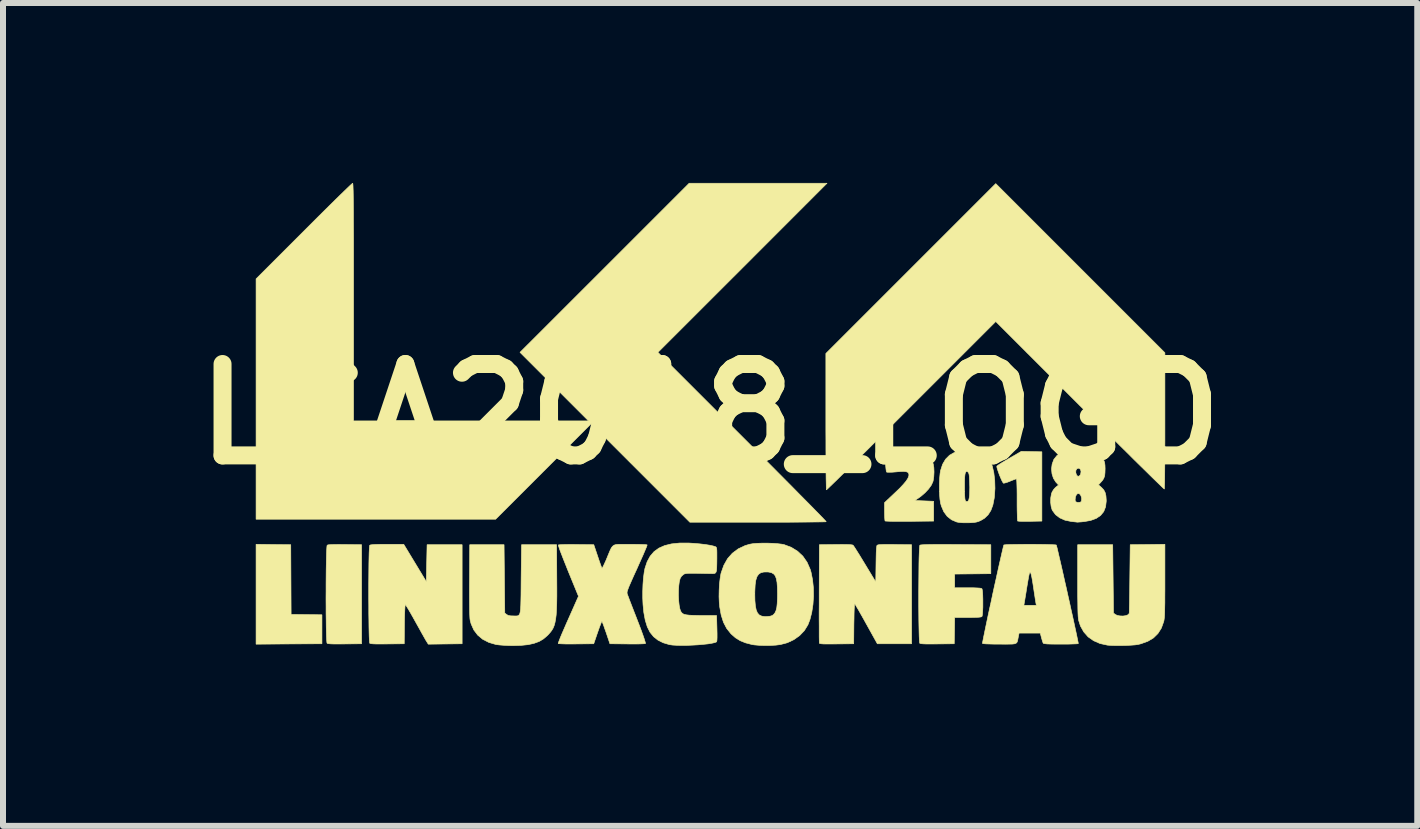
<source format=kicad_pcb>
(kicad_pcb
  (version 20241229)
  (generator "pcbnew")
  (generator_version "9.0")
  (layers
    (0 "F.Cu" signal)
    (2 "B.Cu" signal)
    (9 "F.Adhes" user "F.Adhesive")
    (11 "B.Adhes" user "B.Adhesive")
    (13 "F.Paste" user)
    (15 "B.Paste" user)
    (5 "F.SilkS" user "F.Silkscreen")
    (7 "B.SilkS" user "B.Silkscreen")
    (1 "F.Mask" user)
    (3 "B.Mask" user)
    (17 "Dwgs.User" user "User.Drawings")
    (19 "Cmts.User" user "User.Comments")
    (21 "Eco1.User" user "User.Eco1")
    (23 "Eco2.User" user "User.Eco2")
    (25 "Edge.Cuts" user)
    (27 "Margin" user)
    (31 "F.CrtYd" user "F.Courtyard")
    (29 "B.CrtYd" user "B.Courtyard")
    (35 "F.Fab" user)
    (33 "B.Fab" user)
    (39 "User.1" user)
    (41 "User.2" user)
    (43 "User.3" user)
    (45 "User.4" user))
  (footprint "LCA2018_LOGO"
    (layer "F.Cu")
    (at 8.788 3.853)
    (property "Reference" "LCA2018_LOGO" (at 0 0 0) (layer "F.SilkS") (effects (font (size 1.524 1.524) (thickness 0.3))))
    (attr through_hole)
    (fp_poly (pts (xy -7.28 2.175) (xy -6.991 2.178) (xy -6.988 2.759) (xy -6.985 3.34) (xy -6.728 3.343) (xy -6.471 3.346) (xy -6.471 3.829) (xy -7.02 3.832) (xy -7.569 3.836) (xy -7.569 2.171) (xy -7.28 2.175)) (stroke (width 0.01) (type solid)) (fill yes) (layer "F.SilkS"))
    (fp_poly (pts (xy -6.088 2.175) (xy -5.81 2.178) (xy -5.81 3.829) (xy -6.09 3.832) (xy -6.19 3.833) (xy -6.266 3.833) (xy -6.322 3.831) (xy -6.359 3.828) (xy -6.38 3.824) (xy -6.385 3.82) (xy -6.389 3.804) (xy -6.392 3.766) (xy -6.395 3.707) (xy -6.397 3.631) (xy -6.399 3.54) (xy -6.4 3.437) (xy -6.402 3.324) (xy -6.402 3.204) (xy -6.403 3.081) (xy -6.402 2.955) (xy -6.402 2.831) (xy -6.401 2.71) (xy -6.4 2.595) (xy -6.398 2.49) (xy -6.396 2.396) (xy -6.394 2.316) (xy -6.391 2.253) (xy -6.388 2.209) (xy -6.384 2.187) (xy -6.383 2.186) (xy -6.367 2.18) (xy -6.33 2.177) (xy -6.272 2.175) (xy -6.192 2.174) (xy -6.088 2.175)) (stroke (width 0.01) (type solid)) (fill yes) (layer "F.SilkS"))
    (fp_poly (pts (xy 5.531 0.629) (xy 5.531 1.784) (xy 5.333 1.788) (xy 5.265 1.788) (xy 5.206 1.788) (xy 5.16 1.787) (xy 5.133 1.784) (xy 5.127 1.783) (xy 5.125 1.768) (xy 5.122 1.731) (xy 5.121 1.676) (xy 5.119 1.606) (xy 5.118 1.523) (xy 5.118 1.432) (xy 5.118 1.427) (xy 5.118 1.336) (xy 5.117 1.254) (xy 5.115 1.184) (xy 5.113 1.129) (xy 5.11 1.093) (xy 5.107 1.08) (xy 5.107 1.079) (xy 5.091 1.084) (xy 5.058 1.096) (xy 5.014 1.113) (xy 5.003 1.118) (xy 4.957 1.136) (xy 4.918 1.148) (xy 4.894 1.153) (xy 4.892 1.153) (xy 4.881 1.14) (xy 4.864 1.109) (xy 4.845 1.066) (xy 4.824 1.016) (xy 4.806 0.966) (xy 4.79 0.92) (xy 4.781 0.886) (xy 4.78 0.869) (xy 4.793 0.858) (xy 4.823 0.837) (xy 4.869 0.808) (xy 4.926 0.774) (xy 4.987 0.738) (xy 5.188 0.622) (xy 5.531 0.629)) (stroke (width 0.01) (type solid)) (fill yes) (layer "F.SilkS"))
    (fp_poly (pts (xy -4.731 2.793) (xy -4.718 2.178) (xy -4.134 2.178) (xy -4.134 3.829) (xy -4.698 3.836) (xy -4.728 3.788) (xy -4.743 3.764) (xy -4.767 3.721) (xy -4.8 3.663) (xy -4.838 3.594) (xy -4.881 3.517) (xy -4.914 3.458) (xy -4.957 3.381) (xy -4.996 3.312) (xy -5.03 3.254) (xy -5.057 3.21) (xy -5.074 3.183) (xy -5.081 3.175) (xy -5.084 3.187) (xy -5.087 3.221) (xy -5.09 3.274) (xy -5.093 3.342) (xy -5.095 3.423) (xy -5.096 3.502) (xy -5.099 3.829) (xy -5.379 3.832) (xy -5.478 3.833) (xy -5.555 3.833) (xy -5.611 3.831) (xy -5.648 3.828) (xy -5.669 3.824) (xy -5.674 3.82) (xy -5.677 3.805) (xy -5.68 3.766) (xy -5.683 3.708) (xy -5.685 3.632) (xy -5.687 3.541) (xy -5.688 3.437) (xy -5.69 3.325) (xy -5.69 3.205) (xy -5.691 3.081) (xy -5.691 2.956) (xy -5.691 2.831) (xy -5.69 2.711) (xy -5.689 2.596) (xy -5.688 2.49) (xy -5.686 2.396) (xy -5.684 2.316) (xy -5.681 2.253) (xy -5.678 2.21) (xy -5.675 2.188) (xy -5.674 2.187) (xy -5.66 2.181) (xy -5.628 2.177) (xy -5.576 2.174) (xy -5.503 2.172) (xy -5.407 2.172) (xy -5.383 2.172) (xy -5.107 2.172) (xy -4.731 2.793)) (stroke (width 0.01) (type solid)) (fill yes) (layer "F.SilkS"))
    (fp_poly (pts (xy 6.172 -2.432) (xy 7.582 -1.022) (xy 7.582 0.109) (xy 7.582 0.276) (xy 7.582 0.436) (xy 7.581 0.587) (xy 7.58 0.727) (xy 7.58 0.855) (xy 7.579 0.968) (xy 7.578 1.064) (xy 7.577 1.142) (xy 7.575 1.2) (xy 7.574 1.237) (xy 7.573 1.249) (xy 7.563 1.242) (xy 7.536 1.217) (xy 7.494 1.176) (xy 7.436 1.12) (xy 7.364 1.05) (xy 7.279 0.966) (xy 7.182 0.871) (xy 7.073 0.764) (xy 6.955 0.646) (xy 6.827 0.52) (xy 6.692 0.385) (xy 6.548 0.242) (xy 6.399 0.093) (xy 6.244 -0.062) (xy 6.163 -0.142) (xy 4.762 -1.543) (xy 3.355 -0.136) (xy 3.198 0.021) (xy 3.045 0.174) (xy 2.898 0.32) (xy 2.758 0.459) (xy 2.626 0.591) (xy 2.502 0.714) (xy 2.388 0.826) (xy 2.285 0.928) (xy 2.193 1.018) (xy 2.114 1.096) (xy 2.048 1.16) (xy 1.997 1.209) (xy 1.962 1.243) (xy 1.943 1.26) (xy 1.939 1.262) (xy 1.938 1.248) (xy 1.937 1.211) (xy 1.936 1.152) (xy 1.934 1.073) (xy 1.933 0.976) (xy 1.933 0.862) (xy 1.932 0.734) (xy 1.931 0.594) (xy 1.931 0.442) (xy 1.93 0.282) (xy 1.93 0.122) (xy 1.93 -1.01) (xy 3.346 -2.426) (xy 4.762 -3.842) (xy 6.172 -2.432)) (stroke (width 0.01) (type solid)) (fill yes) (layer "F.SilkS"))
    (fp_poly (pts (xy -3.429 2.748) (xy -3.423 3.317) (xy -3.393 3.341) (xy -3.365 3.357) (xy -3.325 3.364) (xy -3.284 3.365) (xy -3.255 3.366) (xy -3.23 3.366) (xy -3.21 3.364) (xy -3.194 3.358) (xy -3.181 3.344) (xy -3.171 3.323) (xy -3.164 3.29) (xy -3.159 3.245) (xy -3.156 3.184) (xy -3.154 3.107) (xy -3.152 3.01) (xy -3.151 2.892) (xy -3.15 2.754) (xy -3.143 2.178) (xy -2.559 2.178) (xy -2.556 2.737) (xy -2.555 2.901) (xy -2.555 3.041) (xy -2.557 3.161) (xy -2.561 3.262) (xy -2.566 3.347) (xy -2.575 3.418) (xy -2.586 3.477) (xy -2.6 3.527) (xy -2.618 3.57) (xy -2.64 3.607) (xy -2.667 3.642) (xy -2.698 3.677) (xy -2.714 3.693) (xy -2.778 3.748) (xy -2.85 3.791) (xy -2.935 3.822) (xy -3.033 3.844) (xy -3.15 3.856) (xy -3.287 3.86) (xy -3.3 3.86) (xy -3.375 3.858) (xy -3.448 3.854) (xy -3.512 3.849) (xy -3.561 3.843) (xy -3.569 3.842) (xy -3.688 3.807) (xy -3.79 3.755) (xy -3.874 3.685) (xy -3.939 3.599) (xy -3.984 3.498) (xy -4 3.438) (xy -4.004 3.406) (xy -4.007 3.349) (xy -4.009 3.267) (xy -4.01 3.162) (xy -4.011 3.033) (xy -4.011 2.881) (xy -4.01 2.775) (xy -4.007 2.178) (xy -3.435 2.178) (xy -3.429 2.748)) (stroke (width 0.01) (type solid)) (fill yes) (layer "F.SilkS"))
    (fp_poly (pts (xy 7.582 2.778) (xy 7.582 2.924) (xy 7.581 3.046) (xy 7.581 3.148) (xy 7.579 3.231) (xy 7.578 3.298) (xy 7.576 3.351) (xy 7.573 3.392) (xy 7.569 3.424) (xy 7.565 3.448) (xy 7.562 3.46) (xy 7.523 3.568) (xy 7.466 3.658) (xy 7.391 3.732) (xy 7.297 3.788) (xy 7.183 3.829) (xy 7.135 3.841) (xy 7.085 3.848) (xy 7.017 3.853) (xy 6.937 3.857) (xy 6.852 3.859) (xy 6.768 3.859) (xy 6.693 3.857) (xy 6.633 3.853) (xy 6.623 3.852) (xy 6.5 3.825) (xy 6.393 3.778) (xy 6.302 3.714) (xy 6.229 3.631) (xy 6.174 3.533) (xy 6.144 3.439) (xy 6.14 3.414) (xy 6.136 3.373) (xy 6.133 3.316) (xy 6.131 3.241) (xy 6.13 3.147) (xy 6.128 3.031) (xy 6.128 2.893) (xy 6.128 2.775) (xy 6.128 2.178) (xy 6.712 2.178) (xy 6.725 3.317) (xy 6.755 3.341) (xy 6.787 3.356) (xy 6.832 3.365) (xy 6.883 3.367) (xy 6.928 3.361) (xy 6.961 3.349) (xy 6.965 3.346) (xy 6.982 3.329) (xy 6.988 3.323) (xy 6.988 3.311) (xy 6.989 3.275) (xy 6.99 3.219) (xy 6.992 3.145) (xy 6.993 3.057) (xy 6.995 2.955) (xy 6.996 2.843) (xy 6.997 2.75) (xy 7.004 2.178) (xy 7.293 2.175) (xy 7.582 2.171) (xy 7.582 2.778)) (stroke (width 0.01) (type solid)) (fill yes) (layer "F.SilkS"))
    (fp_poly (pts (xy 3.057 2.174) (xy 3.078 2.175) (xy 3.359 2.178) (xy 3.359 3.829) (xy 2.788 3.829) (xy 2.603 3.496) (xy 2.557 3.413) (xy 2.514 3.337) (xy 2.477 3.271) (xy 2.446 3.219) (xy 2.424 3.182) (xy 2.412 3.164) (xy 2.41 3.163) (xy 2.407 3.175) (xy 2.405 3.209) (xy 2.402 3.262) (xy 2.4 3.33) (xy 2.399 3.411) (xy 2.397 3.496) (xy 2.394 3.829) (xy 2.111 3.832) (xy 2.014 3.833) (xy 1.941 3.833) (xy 1.887 3.832) (xy 1.851 3.829) (xy 1.83 3.825) (xy 1.822 3.82) (xy 1.822 3.82) (xy 1.821 3.805) (xy 1.82 3.766) (xy 1.819 3.707) (xy 1.819 3.628) (xy 1.819 3.533) (xy 1.818 3.424) (xy 1.818 3.302) (xy 1.819 3.17) (xy 1.819 3.03) (xy 1.819 2.991) (xy 1.822 2.178) (xy 2.094 2.175) (xy 2.198 2.174) (xy 2.277 2.175) (xy 2.334 2.177) (xy 2.369 2.181) (xy 2.383 2.186) (xy 2.394 2.2) (xy 2.416 2.233) (xy 2.447 2.282) (xy 2.486 2.344) (xy 2.53 2.416) (xy 2.578 2.495) (xy 2.581 2.5) (xy 2.762 2.799) (xy 2.766 2.502) (xy 2.768 2.391) (xy 2.77 2.303) (xy 2.774 2.24) (xy 2.779 2.201) (xy 2.783 2.188) (xy 2.793 2.183) (xy 2.813 2.178) (xy 2.847 2.176) (xy 2.897 2.174) (xy 2.966 2.174) (xy 3.057 2.174)) (stroke (width 0.01) (type solid)) (fill yes) (layer "F.SilkS"))
    (fp_poly (pts (xy 3.987 2.174) (xy 4.097 2.175) (xy 4.68 2.178) (xy 4.68 2.661) (xy 4.378 2.664) (xy 4.077 2.667) (xy 4.077 2.896) (xy 4.296 2.896) (xy 4.388 2.896) (xy 4.456 2.899) (xy 4.501 2.902) (xy 4.526 2.908) (xy 4.531 2.911) (xy 4.537 2.929) (xy 4.542 2.968) (xy 4.545 3.021) (xy 4.547 3.085) (xy 4.547 3.152) (xy 4.547 3.219) (xy 4.544 3.281) (xy 4.541 3.331) (xy 4.536 3.364) (xy 4.531 3.376) (xy 4.515 3.382) (xy 4.479 3.387) (xy 4.421 3.389) (xy 4.34 3.391) (xy 4.297 3.391) (xy 4.077 3.391) (xy 4.074 3.61) (xy 4.07 3.829) (xy 3.791 3.832) (xy 3.691 3.833) (xy 3.614 3.833) (xy 3.559 3.831) (xy 3.521 3.828) (xy 3.501 3.824) (xy 3.495 3.82) (xy 3.492 3.804) (xy 3.489 3.766) (xy 3.486 3.707) (xy 3.484 3.631) (xy 3.482 3.54) (xy 3.48 3.437) (xy 3.479 3.324) (xy 3.478 3.205) (xy 3.478 3.081) (xy 3.478 2.955) (xy 3.479 2.831) (xy 3.48 2.71) (xy 3.481 2.595) (xy 3.482 2.49) (xy 3.484 2.396) (xy 3.487 2.316) (xy 3.49 2.253) (xy 3.493 2.209) (xy 3.496 2.188) (xy 3.497 2.186) (xy 3.51 2.182) (xy 3.54 2.179) (xy 3.588 2.177) (xy 3.655 2.175) (xy 3.744 2.174) (xy 3.854 2.174) (xy 3.987 2.174)) (stroke (width 0.01) (type solid)) (fill yes) (layer "F.SilkS"))
    (fp_poly (pts (xy 3.393 0.603) (xy 3.479 0.618) (xy 3.527 0.634) (xy 3.584 0.667) (xy 3.638 0.713) (xy 3.684 0.765) (xy 3.714 0.817) (xy 3.72 0.833) (xy 3.73 0.893) (xy 3.733 0.966) (xy 3.729 1.042) (xy 3.719 1.109) (xy 3.714 1.128) (xy 3.688 1.185) (xy 3.642 1.249) (xy 3.583 1.312) (xy 3.513 1.372) (xy 3.485 1.392) (xy 3.413 1.441) (xy 3.727 1.454) (xy 3.727 1.784) (xy 3.327 1.788) (xy 3.228 1.788) (xy 3.138 1.788) (xy 3.059 1.788) (xy 2.994 1.787) (xy 2.948 1.785) (xy 2.921 1.783) (xy 2.917 1.782) (xy 2.914 1.767) (xy 2.911 1.732) (xy 2.909 1.681) (xy 2.908 1.625) (xy 2.908 1.477) (xy 3.072 1.322) (xy 3.156 1.242) (xy 3.22 1.174) (xy 3.267 1.118) (xy 3.297 1.072) (xy 3.312 1.034) (xy 3.315 1.014) (xy 3.31 0.988) (xy 3.295 0.97) (xy 3.266 0.96) (xy 3.22 0.956) (xy 3.154 0.959) (xy 3.099 0.964) (xy 3.035 0.969) (xy 2.985 0.97) (xy 2.952 0.969) (xy 2.942 0.966) (xy 2.937 0.949) (xy 2.932 0.913) (xy 2.927 0.863) (xy 2.924 0.817) (xy 2.922 0.754) (xy 2.922 0.711) (xy 2.925 0.684) (xy 2.932 0.669) (xy 2.938 0.662) (xy 2.958 0.653) (xy 2.997 0.641) (xy 3.048 0.628) (xy 3.082 0.62) (xy 3.189 0.604) (xy 3.294 0.598) (xy 3.393 0.603)) (stroke (width 0.01) (type solid)) (fill yes) (layer "F.SilkS"))
    (fp_poly (pts (xy 0.54 -2.438) (xy -0.87 -1.029) (xy 0.537 0.378) (xy 0.695 0.536) (xy 0.847 0.689) (xy 0.993 0.835) (xy 1.133 0.976) (xy 1.264 1.108) (xy 1.387 1.232) (xy 1.499 1.346) (xy 1.601 1.449) (xy 1.692 1.541) (xy 1.769 1.62) (xy 1.833 1.685) (xy 1.882 1.736) (xy 1.916 1.772) (xy 1.933 1.791) (xy 1.935 1.794) (xy 1.921 1.796) (xy 1.884 1.797) (xy 1.825 1.798) (xy 1.746 1.799) (xy 1.649 1.8) (xy 1.535 1.801) (xy 1.407 1.802) (xy 1.267 1.803) (xy 1.115 1.803) (xy 0.955 1.803) (xy 0.795 1.803) (xy -0.337 1.803) (xy -1.981 0.159) (xy -2.778 0.956) (xy -3.575 1.753) (xy -7.569 1.753) (xy -7.569 -2.254) (xy -6.772 -3.051) (xy -6.654 -3.169) (xy -6.541 -3.282) (xy -6.434 -3.388) (xy -6.334 -3.487) (xy -6.244 -3.576) (xy -6.163 -3.655) (xy -6.094 -3.722) (xy -6.038 -3.776) (xy -5.996 -3.816) (xy -5.969 -3.84) (xy -5.959 -3.848) (xy -5.957 -3.844) (xy -5.955 -3.829) (xy -5.953 -3.804) (xy -5.952 -3.767) (xy -5.95 -3.717) (xy -5.949 -3.653) (xy -5.948 -3.574) (xy -5.947 -3.479) (xy -5.946 -3.368) (xy -5.946 -3.239) (xy -5.945 -3.091) (xy -5.944 -2.923) (xy -5.944 -2.734) (xy -5.944 -2.524) (xy -5.944 -2.291) (xy -5.944 -2.033) (xy -5.944 -1.867) (xy -5.944 0.114) (xy -2.026 0.114) (xy -3.169 -1.029) (xy -1.759 -2.438) (xy -0.349 -3.848) (xy 1.949 -3.848) (xy 0.54 -2.438)) (stroke (width 0.01) (type solid)) (fill yes) (layer "F.SilkS"))
    (fp_poly (pts (xy 4.402 0.617) (xy 4.466 0.628) (xy 4.471 0.63) (xy 4.539 0.661) (xy 4.603 0.712) (xy 4.658 0.775) (xy 4.696 0.846) (xy 4.704 0.867) (xy 4.73 0.978) (xy 4.745 1.105) (xy 4.749 1.239) (xy 4.74 1.372) (xy 4.736 1.405) (xy 4.714 1.517) (xy 4.68 1.608) (xy 4.634 1.68) (xy 4.573 1.738) (xy 4.512 1.774) (xy 4.475 1.79) (xy 4.441 1.8) (xy 4.4 1.807) (xy 4.345 1.811) (xy 4.307 1.812) (xy 4.218 1.812) (xy 4.148 1.806) (xy 4.111 1.799) (xy 4.025 1.762) (xy 3.953 1.705) (xy 3.896 1.628) (xy 3.855 1.532) (xy 3.842 1.485) (xy 3.832 1.422) (xy 3.826 1.342) (xy 3.823 1.252) (xy 3.823 1.199) (xy 4.242 1.199) (xy 4.242 1.199) (xy 4.242 1.288) (xy 4.244 1.355) (xy 4.247 1.402) (xy 4.252 1.433) (xy 4.259 1.45) (xy 4.27 1.458) (xy 4.284 1.458) (xy 4.285 1.458) (xy 4.301 1.451) (xy 4.312 1.432) (xy 4.32 1.396) (xy 4.322 1.384) (xy 4.326 1.344) (xy 4.328 1.286) (xy 4.329 1.218) (xy 4.327 1.152) (xy 4.324 1.081) (xy 4.321 1.032) (xy 4.316 0.999) (xy 4.308 0.978) (xy 4.3 0.968) (xy 4.282 0.953) (xy 4.269 0.959) (xy 4.26 0.971) (xy 4.253 0.987) (xy 4.248 1.014) (xy 4.244 1.056) (xy 4.242 1.117) (xy 4.242 1.199) (xy 3.823 1.199) (xy 3.823 1.158) (xy 3.827 1.069) (xy 3.834 0.991) (xy 3.842 0.942) (xy 3.876 0.837) (xy 3.926 0.752) (xy 3.992 0.686) (xy 4.073 0.64) (xy 4.106 0.629) (xy 4.167 0.617) (xy 4.243 0.611) (xy 4.324 0.611) (xy 4.402 0.617)) (stroke (width 0.01) (type solid)) (fill yes) (layer "F.SilkS"))
    (fp_poly (pts (xy -0.356 2.15) (xy -0.263 2.156) (xy -0.171 2.164) (xy -0.085 2.174) (xy -0.009 2.186) (xy 0.051 2.199) (xy 0.086 2.21) (xy 0.097 2.215) (xy 0.104 2.224) (xy 0.109 2.24) (xy 0.112 2.267) (xy 0.113 2.309) (xy 0.113 2.371) (xy 0.113 2.41) (xy 0.112 2.495) (xy 0.11 2.559) (xy 0.107 2.604) (xy 0.1 2.633) (xy 0.088 2.65) (xy 0.072 2.657) (xy 0.049 2.659) (xy 0.031 2.659) (xy -0.085 2.657) (xy -0.179 2.655) (xy -0.252 2.654) (xy -0.309 2.654) (xy -0.351 2.654) (xy -0.382 2.656) (xy -0.404 2.659) (xy -0.42 2.663) (xy -0.433 2.667) (xy -0.44 2.671) (xy -0.477 2.703) (xy -0.499 2.74) (xy -0.513 2.791) (xy -0.522 2.861) (xy -0.527 2.941) (xy -0.528 3.026) (xy -0.524 3.109) (xy -0.516 3.185) (xy -0.504 3.248) (xy -0.49 3.287) (xy -0.476 3.309) (xy -0.458 3.326) (xy -0.432 3.339) (xy -0.395 3.347) (xy -0.344 3.353) (xy -0.276 3.356) (xy -0.186 3.358) (xy -0.141 3.358) (xy 0.108 3.359) (xy 0.114 3.573) (xy 0.116 3.659) (xy 0.116 3.726) (xy 0.114 3.772) (xy 0.109 3.795) (xy 0.108 3.797) (xy 0.08 3.809) (xy 0.031 3.82) (xy -0.035 3.831) (xy -0.114 3.839) (xy -0.201 3.847) (xy -0.293 3.852) (xy -0.386 3.856) (xy -0.475 3.857) (xy -0.555 3.855) (xy -0.624 3.851) (xy -0.676 3.844) (xy -0.68 3.843) (xy -0.783 3.812) (xy -0.87 3.768) (xy -0.942 3.711) (xy -1.001 3.638) (xy -1.047 3.547) (xy -1.081 3.437) (xy -1.105 3.307) (xy -1.118 3.177) (xy -1.123 3.068) (xy -1.123 2.954) (xy -1.119 2.841) (xy -1.111 2.734) (xy -1.099 2.641) (xy -1.086 2.572) (xy -1.049 2.461) (xy -0.999 2.369) (xy -0.934 2.293) (xy -0.854 2.235) (xy -0.757 2.192) (xy -0.642 2.164) (xy -0.507 2.15) (xy -0.356 2.15)) (stroke (width 0.01) (type solid)) (fill yes) (layer "F.SilkS"))
    (fp_poly (pts (xy 1.046 2.155) (xy 1.127 2.161) (xy 1.195 2.169) (xy 1.232 2.176) (xy 1.354 2.222) (xy 1.459 2.287) (xy 1.547 2.37) (xy 1.617 2.471) (xy 1.669 2.589) (xy 1.683 2.637) (xy 1.708 2.762) (xy 1.722 2.896) (xy 1.724 3.036) (xy 1.715 3.174) (xy 1.695 3.306) (xy 1.665 3.424) (xy 1.631 3.513) (xy 1.572 3.609) (xy 1.492 3.693) (xy 1.396 3.761) (xy 1.287 3.812) (xy 1.174 3.842) (xy 1.097 3.852) (xy 1.007 3.857) (xy 0.911 3.858) (xy 0.818 3.855) (xy 0.737 3.848) (xy 0.699 3.842) (xy 0.591 3.814) (xy 0.502 3.778) (xy 0.424 3.73) (xy 0.351 3.666) (xy 0.344 3.658) (xy 0.276 3.573) (xy 0.223 3.471) (xy 0.185 3.352) (xy 0.16 3.213) (xy 0.153 3.139) (xy 0.149 3.043) (xy 0.15 2.997) (xy 0.745 2.997) (xy 0.747 3.109) (xy 0.755 3.198) (xy 0.769 3.267) (xy 0.79 3.316) (xy 0.821 3.35) (xy 0.862 3.369) (xy 0.915 3.376) (xy 0.949 3.375) (xy 1 3.37) (xy 1.035 3.359) (xy 1.059 3.342) (xy 1.082 3.313) (xy 1.099 3.276) (xy 1.112 3.225) (xy 1.119 3.159) (xy 1.123 3.073) (xy 1.124 2.997) (xy 1.122 2.891) (xy 1.116 2.807) (xy 1.104 2.743) (xy 1.086 2.696) (xy 1.06 2.665) (xy 1.025 2.645) (xy 0.98 2.634) (xy 0.956 2.632) (xy 0.895 2.633) (xy 0.846 2.645) (xy 0.809 2.67) (xy 0.781 2.711) (xy 0.762 2.77) (xy 0.751 2.848) (xy 0.746 2.949) (xy 0.745 2.997) (xy 0.15 2.997) (xy 0.151 2.94) (xy 0.156 2.837) (xy 0.167 2.743) (xy 0.18 2.664) (xy 0.184 2.648) (xy 0.229 2.521) (xy 0.291 2.411) (xy 0.371 2.32) (xy 0.469 2.247) (xy 0.583 2.193) (xy 0.66 2.17) (xy 0.713 2.161) (xy 0.785 2.155) (xy 0.869 2.152) (xy 0.958 2.152) (xy 1.046 2.155)) (stroke (width 0.01) (type solid)) (fill yes) (layer "F.SilkS"))
    (fp_poly (pts (xy 6.271 0.592) (xy 6.374 0.615) (xy 6.458 0.654) (xy 6.521 0.707) (xy 6.549 0.746) (xy 6.568 0.781) (xy 6.578 0.814) (xy 6.583 0.854) (xy 6.585 0.908) (xy 6.583 0.977) (xy 6.578 1.027) (xy 6.565 1.066) (xy 6.545 1.101) (xy 6.52 1.13) (xy 6.475 1.18) (xy 6.527 1.226) (xy 6.563 1.265) (xy 6.586 1.309) (xy 6.599 1.363) (xy 6.604 1.435) (xy 6.604 1.454) (xy 6.593 1.547) (xy 6.562 1.626) (xy 6.51 1.69) (xy 6.438 1.739) (xy 6.345 1.773) (xy 6.245 1.791) (xy 6.194 1.797) (xy 6.152 1.8) (xy 6.125 1.802) (xy 6.121 1.802) (xy 6.099 1.799) (xy 6.061 1.795) (xy 6.018 1.79) (xy 5.916 1.769) (xy 5.829 1.73) (xy 5.759 1.677) (xy 5.709 1.609) (xy 5.701 1.594) (xy 5.685 1.538) (xy 5.677 1.469) (xy 5.678 1.436) (xy 6.085 1.436) (xy 6.095 1.461) (xy 6.121 1.472) (xy 6.14 1.473) (xy 6.172 1.47) (xy 6.187 1.456) (xy 6.192 1.442) (xy 6.194 1.401) (xy 6.182 1.36) (xy 6.16 1.331) (xy 6.157 1.329) (xy 6.131 1.324) (xy 6.108 1.342) (xy 6.091 1.379) (xy 6.089 1.392) (xy 6.085 1.436) (xy 5.678 1.436) (xy 5.679 1.397) (xy 5.69 1.332) (xy 5.701 1.301) (xy 5.726 1.259) (xy 5.759 1.222) (xy 5.767 1.216) (xy 5.809 1.183) (xy 5.763 1.133) (xy 5.724 1.071) (xy 5.7 0.997) (xy 5.698 0.977) (xy 6.096 0.977) (xy 6.11 1.018) (xy 6.13 1.037) (xy 6.153 1.034) (xy 6.173 1.011) (xy 6.177 1.002) (xy 6.184 0.96) (xy 6.176 0.925) (xy 6.156 0.905) (xy 6.142 0.902) (xy 6.114 0.912) (xy 6.098 0.94) (xy 6.096 0.977) (xy 5.698 0.977) (xy 5.692 0.915) (xy 5.702 0.835) (xy 5.729 0.761) (xy 5.731 0.756) (xy 5.782 0.692) (xy 5.853 0.642) (xy 5.944 0.608) (xy 6.054 0.589) (xy 6.149 0.584) (xy 6.271 0.592)) (stroke (width 0.01) (type solid)) (fill yes) (layer "F.SilkS"))
    (fp_poly (pts (xy -1.377 2.172) (xy -1.334 2.172) (xy -1.253 2.172) (xy -1.18 2.173) (xy -1.12 2.175) (xy -1.076 2.177) (xy -1.053 2.18) (xy -1.05 2.181) (xy -1.053 2.195) (xy -1.066 2.228) (xy -1.088 2.28) (xy -1.116 2.346) (xy -1.151 2.424) (xy -1.19 2.511) (xy -1.219 2.577) (xy -1.267 2.681) (xy -1.305 2.766) (xy -1.334 2.832) (xy -1.356 2.883) (xy -1.37 2.921) (xy -1.38 2.949) (xy -1.384 2.969) (xy -1.384 2.984) (xy -1.382 2.997) (xy -1.378 3.009) (xy -1.369 3.031) (xy -1.353 3.075) (xy -1.33 3.135) (xy -1.301 3.21) (xy -1.268 3.295) (xy -1.232 3.387) (xy -1.214 3.434) (xy -1.178 3.527) (xy -1.146 3.612) (xy -1.119 3.687) (xy -1.098 3.748) (xy -1.084 3.794) (xy -1.077 3.82) (xy -1.077 3.825) (xy -1.092 3.828) (xy -1.129 3.83) (xy -1.184 3.832) (xy -1.253 3.833) (xy -1.333 3.833) (xy -1.379 3.832) (xy -1.67 3.829) (xy -1.733 3.642) (xy -1.756 3.578) (xy -1.775 3.523) (xy -1.791 3.482) (xy -1.801 3.458) (xy -1.804 3.454) (xy -1.81 3.466) (xy -1.823 3.497) (xy -1.841 3.544) (xy -1.862 3.603) (xy -1.876 3.642) (xy -1.94 3.829) (xy -2.233 3.832) (xy -2.316 3.833) (xy -2.391 3.833) (xy -2.454 3.831) (xy -2.5 3.829) (xy -2.527 3.827) (xy -2.532 3.825) (xy -2.529 3.811) (xy -2.516 3.777) (xy -2.496 3.725) (xy -2.468 3.658) (xy -2.434 3.58) (xy -2.396 3.492) (xy -2.366 3.425) (xy -2.194 3.037) (xy -2.367 2.615) (xy -2.406 2.517) (xy -2.442 2.427) (xy -2.473 2.347) (xy -2.499 2.28) (xy -2.517 2.228) (xy -2.528 2.194) (xy -2.53 2.182) (xy -2.514 2.179) (xy -2.478 2.177) (xy -2.423 2.175) (xy -2.354 2.174) (xy -2.274 2.174) (xy -2.229 2.175) (xy -1.939 2.178) (xy -1.874 2.371) (xy -1.852 2.437) (xy -1.832 2.494) (xy -1.816 2.538) (xy -1.805 2.565) (xy -1.802 2.571) (xy -1.795 2.562) (xy -1.78 2.534) (xy -1.759 2.49) (xy -1.734 2.435) (xy -1.721 2.403) (xy -1.691 2.33) (xy -1.667 2.273) (xy -1.647 2.232) (xy -1.626 2.204) (xy -1.601 2.185) (xy -1.567 2.175) (xy -1.521 2.171) (xy -1.459 2.171) (xy -1.377 2.172)) (stroke (width 0.01) (type solid)) (fill yes) (layer "F.SilkS"))
    (fp_poly (pts (xy 5.419 2.172) (xy 5.507 2.173) (xy 5.588 2.174) (xy 5.658 2.176) (xy 5.715 2.178) (xy 5.754 2.18) (xy 5.771 2.183) (xy 5.772 2.183) (xy 5.776 2.199) (xy 5.786 2.236) (xy 5.799 2.292) (xy 5.816 2.366) (xy 5.837 2.455) (xy 5.86 2.555) (xy 5.885 2.665) (xy 5.911 2.782) (xy 5.939 2.904) (xy 5.966 3.027) (xy 5.994 3.151) (xy 6.02 3.271) (xy 6.046 3.386) (xy 6.069 3.492) (xy 6.09 3.589) (xy 6.108 3.672) (xy 6.122 3.74) (xy 6.132 3.79) (xy 6.138 3.819) (xy 6.138 3.826) (xy 6.125 3.829) (xy 6.089 3.831) (xy 6.035 3.833) (xy 5.968 3.835) (xy 5.889 3.835) (xy 5.848 3.835) (xy 5.749 3.835) (xy 5.673 3.834) (xy 5.618 3.832) (xy 5.581 3.828) (xy 5.56 3.824) (xy 5.554 3.82) (xy 5.545 3.799) (xy 5.534 3.763) (xy 5.524 3.727) (xy 5.504 3.651) (xy 5.151 3.651) (xy 5.137 3.722) (xy 5.13 3.759) (xy 5.124 3.786) (xy 5.115 3.807) (xy 5.101 3.82) (xy 5.078 3.829) (xy 5.043 3.834) (xy 4.992 3.835) (xy 4.922 3.836) (xy 4.83 3.835) (xy 4.827 3.835) (xy 4.737 3.835) (xy 4.661 3.833) (xy 4.601 3.831) (xy 4.56 3.828) (xy 4.541 3.824) (xy 4.541 3.823) (xy 4.542 3.809) (xy 4.549 3.774) (xy 4.56 3.718) (xy 4.575 3.645) (xy 4.593 3.557) (xy 4.614 3.457) (xy 4.637 3.347) (xy 4.662 3.231) (xy 4.672 3.188) (xy 5.231 3.188) (xy 5.439 3.188) (xy 5.432 3.153) (xy 5.428 3.129) (xy 5.421 3.086) (xy 5.412 3.026) (xy 5.401 2.955) (xy 5.39 2.88) (xy 5.375 2.783) (xy 5.362 2.712) (xy 5.351 2.666) (xy 5.342 2.644) (xy 5.339 2.642) (xy 5.333 2.642) (xy 5.327 2.647) (xy 5.322 2.658) (xy 5.317 2.68) (xy 5.31 2.714) (xy 5.301 2.765) (xy 5.289 2.835) (xy 5.277 2.908) (xy 5.266 2.979) (xy 5.255 3.045) (xy 5.246 3.099) (xy 5.24 3.136) (xy 5.238 3.146) (xy 5.231 3.188) (xy 4.672 3.188) (xy 4.689 3.109) (xy 4.715 2.985) (xy 4.742 2.862) (xy 4.769 2.742) (xy 4.794 2.627) (xy 4.818 2.519) (xy 4.84 2.423) (xy 4.859 2.339) (xy 4.875 2.27) (xy 4.887 2.22) (xy 4.895 2.19) (xy 4.897 2.182) (xy 4.911 2.18) (xy 4.947 2.177) (xy 5.001 2.175) (xy 5.07 2.174) (xy 5.149 2.173) (xy 5.237 2.172) (xy 5.328 2.172) (xy 5.419 2.172)) (stroke (width 0.01) (type solid)) (fill yes) (layer "F.SilkS")))
  (gr_rect
    (start -3 -3)
    (end 20.577 10.718)
    (stroke (width 0.1) (type default))
    (fill no)
    (layer "Edge.Cuts")))
</source>
